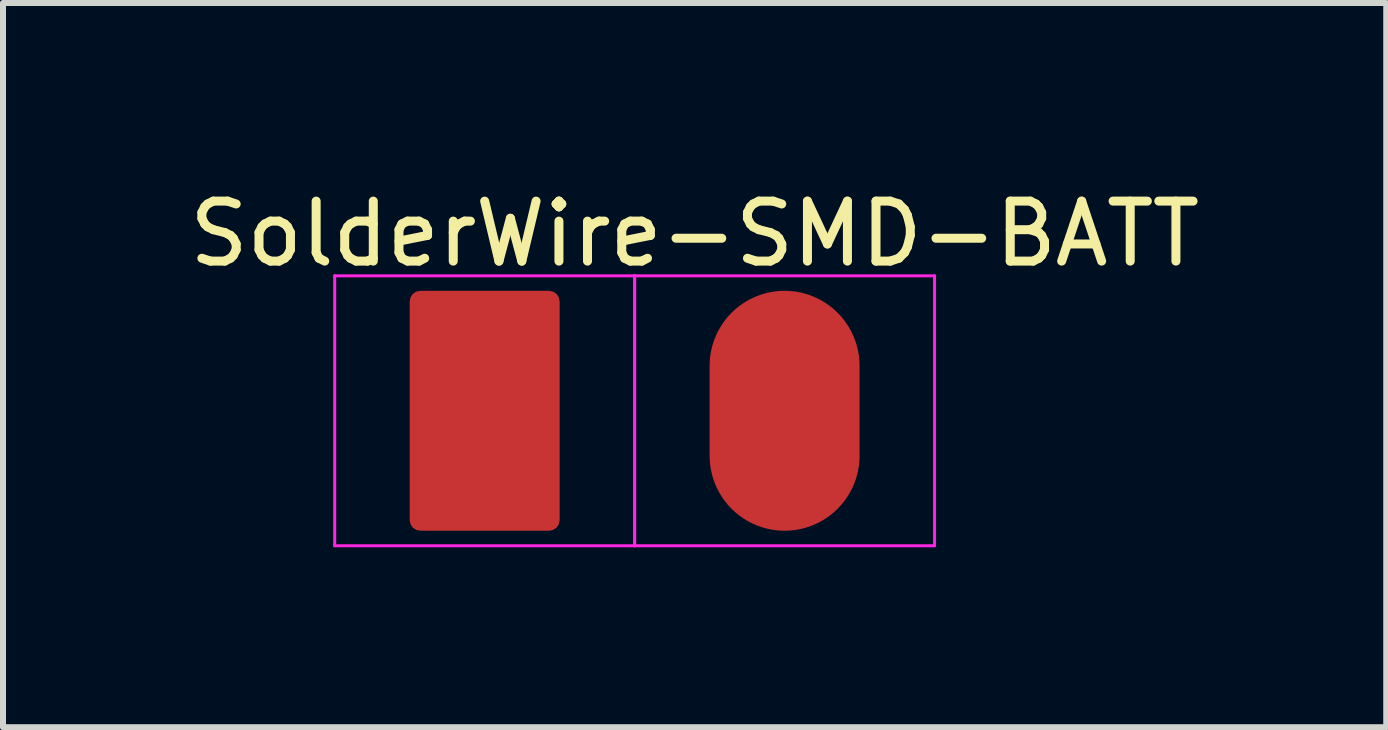
<source format=kicad_pcb>
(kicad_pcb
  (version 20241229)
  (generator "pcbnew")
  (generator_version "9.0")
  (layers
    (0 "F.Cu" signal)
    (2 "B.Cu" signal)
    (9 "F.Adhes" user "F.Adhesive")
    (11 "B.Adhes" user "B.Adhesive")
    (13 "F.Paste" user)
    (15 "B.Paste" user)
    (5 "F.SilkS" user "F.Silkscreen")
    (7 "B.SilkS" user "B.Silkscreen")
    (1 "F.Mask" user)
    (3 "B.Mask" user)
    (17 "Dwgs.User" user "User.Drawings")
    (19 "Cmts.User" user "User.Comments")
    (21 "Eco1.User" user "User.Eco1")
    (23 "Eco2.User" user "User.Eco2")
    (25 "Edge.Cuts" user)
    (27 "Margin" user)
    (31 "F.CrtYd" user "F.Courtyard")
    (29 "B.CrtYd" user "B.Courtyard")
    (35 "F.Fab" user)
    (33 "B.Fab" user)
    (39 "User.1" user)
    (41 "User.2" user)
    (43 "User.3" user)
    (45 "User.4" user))
  (footprint "SolderWire-SMD-BATT"
    (layer "F.Cu")
    (at 5.03 3.798)
    (property "Reference" "SolderWire-SMD-BATT" (at 3.5 -2.95 0) (layer "F.SilkS") (effects (font (size 1 1) (thickness 0.15))))
    (attr exclude_from_pos_files exclude_from_bom)
    (fp_line (start -2.5 -2.25) (end -2.5 2.25) (stroke (width 0.05) (type solid)) (layer "F.CrtYd"))
    (fp_line (start -2.5 2.25) (end 2.5 2.25) (stroke (width 0.05) (type solid)) (layer "F.CrtYd"))
    (fp_line (start 2.5 -2.25) (end -2.5 -2.25) (stroke (width 0.05) (type solid)) (layer "F.CrtYd"))
    (fp_line (start 2.5 -2.25) (end 2.5 2.25) (stroke (width 0.05) (type solid)) (layer "F.CrtYd"))
    (fp_line (start 2.5 2.25) (end 2.5 -2.25) (stroke (width 0.05) (type solid)) (layer "F.CrtYd"))
    (fp_line (start 2.5 2.25) (end 7.5 2.25) (stroke (width 0.05) (type solid)) (layer "F.CrtYd"))
    (fp_line (start 7.5 -2.25) (end 2.5 -2.25) (stroke (width 0.05) (type solid)) (layer "F.CrtYd"))
    (fp_line (start 7.5 2.25) (end 7.5 -2.25) (stroke (width 0.05) (type solid)) (layer "F.CrtYd"))
    (pad "1" smd roundrect (at 0 0) (size 2.5 4) (layers "F.Cu" "F.Mask" "F.Paste") (roundrect_rratio 0.071))
    (pad "2" smd oval (at 5 0) (size 2.5 4) (layers "F.Cu" "F.Mask" "F.Paste")))
  (gr_rect
    (start -3 -3)
    (end 20.06 9.073)
    (stroke (width 0.1) (type default))
    (fill no)
    (layer "Edge.Cuts")))
</source>
